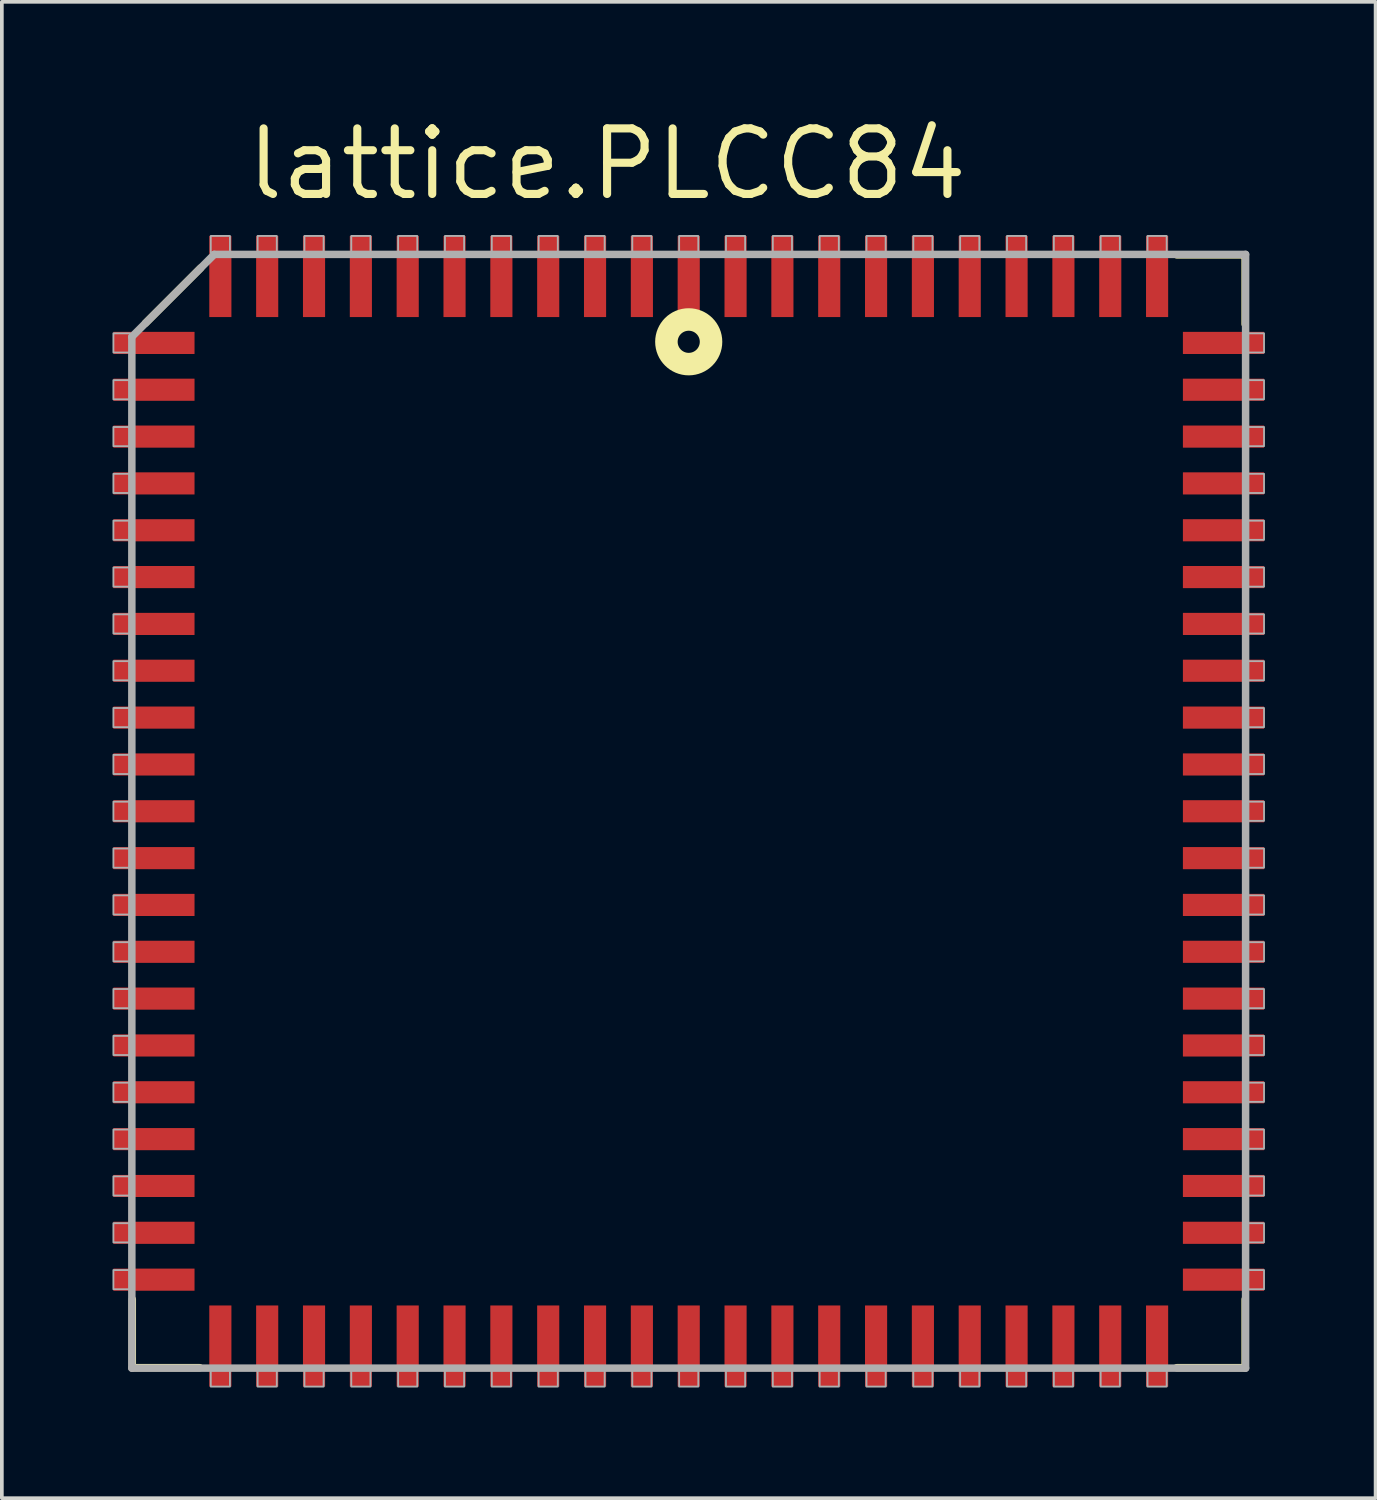
<source format=kicad_pcb>
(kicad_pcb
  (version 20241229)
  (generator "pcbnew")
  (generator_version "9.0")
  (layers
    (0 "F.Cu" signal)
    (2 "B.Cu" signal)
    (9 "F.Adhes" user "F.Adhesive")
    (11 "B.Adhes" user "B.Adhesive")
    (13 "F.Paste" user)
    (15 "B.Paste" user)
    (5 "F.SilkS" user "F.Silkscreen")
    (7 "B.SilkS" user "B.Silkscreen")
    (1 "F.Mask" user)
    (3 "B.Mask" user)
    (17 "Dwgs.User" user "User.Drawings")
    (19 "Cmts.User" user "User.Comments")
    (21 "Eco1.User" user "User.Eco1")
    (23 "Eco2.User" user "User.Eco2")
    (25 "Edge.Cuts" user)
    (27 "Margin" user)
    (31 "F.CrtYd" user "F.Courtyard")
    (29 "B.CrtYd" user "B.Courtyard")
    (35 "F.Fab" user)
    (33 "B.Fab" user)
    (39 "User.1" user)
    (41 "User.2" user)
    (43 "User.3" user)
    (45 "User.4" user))
  (footprint "lattice.PLCC84"
    (layer "F.Cu")
    (at 15.625 18.948)
    (property "Reference" "lattice.PLCC84" (at -12.095 -16.51 0) (layer "F.SilkS") (effects (font (size 1.778 1.778) (thickness 0.22)) (justify left bottom)))
    (attr smd)
    (fp_line (start -15.088 13.233) (end -15.088 15.088) (stroke (width 0.203) (type default)) (layer "F.SilkS"))
    (fp_line (start -15.088 15.088) (end -13.259 15.088) (stroke (width 0.203) (type default)) (layer "F.SilkS"))
    (fp_line (start -14.732 -13.233) (end -13.233 -14.732) (stroke (width 0.203) (type default)) (layer "F.SilkS"))
    (fp_line (start 15.088 -15.088) (end 13.233 -15.088) (stroke (width 0.203) (type default)) (layer "F.SilkS"))
    (fp_line (start 15.088 -13.208) (end 15.088 -15.088) (stroke (width 0.203) (type default)) (layer "F.SilkS"))
    (fp_line (start 15.088 13.233) (end 15.088 15.088) (stroke (width 0.203) (type default)) (layer "F.SilkS"))
    (fp_line (start 15.088 15.088) (end 13.233 15.088) (stroke (width 0.203) (type default)) (layer "F.SilkS"))
    (fp_circle (center 0 -12.73) (end 0.3 -12.73) (stroke (width 0.61) (type default)) (fill no) (layer "F.SilkS"))
    (fp_line (start -15.1 -12.865) (end -15.1 15.1) (stroke (width 0.203) (type default)) (layer "F.Fab"))
    (fp_line (start -15.1 15.1) (end 15.1 15.1) (stroke (width 0.203) (type default)) (layer "F.Fab"))
    (fp_line (start -12.865 -15.1) (end -15.1 -12.865) (stroke (width 0.203) (type default)) (layer "F.Fab"))
    (fp_line (start 15.1 -15.1) (end -12.865 -15.1) (stroke (width 0.203) (type default)) (layer "F.Fab"))
    (fp_line (start 15.1 15.1) (end 15.1 -15.1) (stroke (width 0.203) (type default)) (layer "F.Fab"))
    (fp_rect (start -15.6 -12.44) (end -15.15 -12.96) (stroke (width 0.05) (type default)) (fill no) (layer "F.Fab"))
    (fp_rect (start -15.6 -11.17) (end -15.15 -11.69) (stroke (width 0.05) (type default)) (fill no) (layer "F.Fab"))
    (fp_rect (start -15.6 -9.9) (end -15.15 -10.42) (stroke (width 0.05) (type default)) (fill no) (layer "F.Fab"))
    (fp_rect (start -15.6 -8.63) (end -15.15 -9.15) (stroke (width 0.05) (type default)) (fill no) (layer "F.Fab"))
    (fp_rect (start -15.6 -7.36) (end -15.15 -7.88) (stroke (width 0.05) (type default)) (fill no) (layer "F.Fab"))
    (fp_rect (start -15.6 -6.09) (end -15.15 -6.61) (stroke (width 0.05) (type default)) (fill no) (layer "F.Fab"))
    (fp_rect (start -15.6 -4.82) (end -15.15 -5.34) (stroke (width 0.05) (type default)) (fill no) (layer "F.Fab"))
    (fp_rect (start -15.6 -3.55) (end -15.15 -4.07) (stroke (width 0.05) (type default)) (fill no) (layer "F.Fab"))
    (fp_rect (start -15.6 -2.28) (end -15.15 -2.8) (stroke (width 0.05) (type default)) (fill no) (layer "F.Fab"))
    (fp_rect (start -15.6 -1.01) (end -15.15 -1.53) (stroke (width 0.05) (type default)) (fill no) (layer "F.Fab"))
    (fp_rect (start -15.6 0.26) (end -15.15 -0.26) (stroke (width 0.05) (type default)) (fill no) (layer "F.Fab"))
    (fp_rect (start -15.6 1.53) (end -15.15 1.01) (stroke (width 0.05) (type default)) (fill no) (layer "F.Fab"))
    (fp_rect (start -15.6 2.8) (end -15.15 2.28) (stroke (width 0.05) (type default)) (fill no) (layer "F.Fab"))
    (fp_rect (start -15.6 4.07) (end -15.15 3.55) (stroke (width 0.05) (type default)) (fill no) (layer "F.Fab"))
    (fp_rect (start -15.6 5.34) (end -15.15 4.82) (stroke (width 0.05) (type default)) (fill no) (layer "F.Fab"))
    (fp_rect (start -15.6 6.61) (end -15.15 6.09) (stroke (width 0.05) (type default)) (fill no) (layer "F.Fab"))
    (fp_rect (start -15.6 7.88) (end -15.15 7.36) (stroke (width 0.05) (type default)) (fill no) (layer "F.Fab"))
    (fp_rect (start -15.6 9.15) (end -15.15 8.63) (stroke (width 0.05) (type default)) (fill no) (layer "F.Fab"))
    (fp_rect (start -15.6 10.42) (end -15.15 9.9) (stroke (width 0.05) (type default)) (fill no) (layer "F.Fab"))
    (fp_rect (start -15.6 11.69) (end -15.15 11.17) (stroke (width 0.05) (type default)) (fill no) (layer "F.Fab"))
    (fp_rect (start -15.6 12.96) (end -15.15 12.44) (stroke (width 0.05) (type default)) (fill no) (layer "F.Fab"))
    (fp_rect (start -12.96 -15.15) (end -12.44 -15.6) (stroke (width 0.05) (type default)) (fill no) (layer "F.Fab"))
    (fp_rect (start -12.96 15.6) (end -12.44 15.15) (stroke (width 0.05) (type default)) (fill no) (layer "F.Fab"))
    (fp_rect (start -11.69 -15.15) (end -11.17 -15.6) (stroke (width 0.05) (type default)) (fill no) (layer "F.Fab"))
    (fp_rect (start -11.69 15.6) (end -11.17 15.15) (stroke (width 0.05) (type default)) (fill no) (layer "F.Fab"))
    (fp_rect (start -10.42 -15.15) (end -9.9 -15.6) (stroke (width 0.05) (type default)) (fill no) (layer "F.Fab"))
    (fp_rect (start -10.42 15.6) (end -9.9 15.15) (stroke (width 0.05) (type default)) (fill no) (layer "F.Fab"))
    (fp_rect (start -9.15 -15.15) (end -8.63 -15.6) (stroke (width 0.05) (type default)) (fill no) (layer "F.Fab"))
    (fp_rect (start -9.15 15.6) (end -8.63 15.15) (stroke (width 0.05) (type default)) (fill no) (layer "F.Fab"))
    (fp_rect (start -7.88 -15.15) (end -7.36 -15.6) (stroke (width 0.05) (type default)) (fill no) (layer "F.Fab"))
    (fp_rect (start -7.88 15.6) (end -7.36 15.15) (stroke (width 0.05) (type default)) (fill no) (layer "F.Fab"))
    (fp_rect (start -6.61 -15.15) (end -6.09 -15.6) (stroke (width 0.05) (type default)) (fill no) (layer "F.Fab"))
    (fp_rect (start -6.61 15.6) (end -6.09 15.15) (stroke (width 0.05) (type default)) (fill no) (layer "F.Fab"))
    (fp_rect (start -5.34 -15.15) (end -4.82 -15.6) (stroke (width 0.05) (type default)) (fill no) (layer "F.Fab"))
    (fp_rect (start -5.34 15.6) (end -4.82 15.15) (stroke (width 0.05) (type default)) (fill no) (layer "F.Fab"))
    (fp_rect (start -4.07 -15.15) (end -3.55 -15.6) (stroke (width 0.05) (type default)) (fill no) (layer "F.Fab"))
    (fp_rect (start -4.07 15.6) (end -3.55 15.15) (stroke (width 0.05) (type default)) (fill no) (layer "F.Fab"))
    (fp_rect (start -2.8 -15.15) (end -2.28 -15.6) (stroke (width 0.05) (type default)) (fill no) (layer "F.Fab"))
    (fp_rect (start -2.8 15.6) (end -2.28 15.15) (stroke (width 0.05) (type default)) (fill no) (layer "F.Fab"))
    (fp_rect (start -1.53 -15.15) (end -1.01 -15.6) (stroke (width 0.05) (type default)) (fill no) (layer "F.Fab"))
    (fp_rect (start -1.53 15.6) (end -1.01 15.15) (stroke (width 0.05) (type default)) (fill no) (layer "F.Fab"))
    (fp_rect (start -0.26 -15.15) (end 0.26 -15.6) (stroke (width 0.05) (type default)) (fill no) (layer "F.Fab"))
    (fp_rect (start -0.26 15.6) (end 0.26 15.15) (stroke (width 0.05) (type default)) (fill no) (layer "F.Fab"))
    (fp_rect (start 1.01 -15.15) (end 1.53 -15.6) (stroke (width 0.05) (type default)) (fill no) (layer "F.Fab"))
    (fp_rect (start 1.01 15.6) (end 1.53 15.15) (stroke (width 0.05) (type default)) (fill no) (layer "F.Fab"))
    (fp_rect (start 2.28 -15.15) (end 2.8 -15.6) (stroke (width 0.05) (type default)) (fill no) (layer "F.Fab"))
    (fp_rect (start 2.28 15.6) (end 2.8 15.15) (stroke (width 0.05) (type default)) (fill no) (layer "F.Fab"))
    (fp_rect (start 3.55 -15.15) (end 4.07 -15.6) (stroke (width 0.05) (type default)) (fill no) (layer "F.Fab"))
    (fp_rect (start 3.55 15.6) (end 4.07 15.15) (stroke (width 0.05) (type default)) (fill no) (layer "F.Fab"))
    (fp_rect (start 4.82 -15.15) (end 5.34 -15.6) (stroke (width 0.05) (type default)) (fill no) (layer "F.Fab"))
    (fp_rect (start 4.82 15.6) (end 5.34 15.15) (stroke (width 0.05) (type default)) (fill no) (layer "F.Fab"))
    (fp_rect (start 6.09 -15.15) (end 6.61 -15.6) (stroke (width 0.05) (type default)) (fill no) (layer "F.Fab"))
    (fp_rect (start 6.09 15.6) (end 6.61 15.15) (stroke (width 0.05) (type default)) (fill no) (layer "F.Fab"))
    (fp_rect (start 7.36 -15.15) (end 7.88 -15.6) (stroke (width 0.05) (type default)) (fill no) (layer "F.Fab"))
    (fp_rect (start 7.36 15.6) (end 7.88 15.15) (stroke (width 0.05) (type default)) (fill no) (layer "F.Fab"))
    (fp_rect (start 8.63 -15.15) (end 9.15 -15.6) (stroke (width 0.05) (type default)) (fill no) (layer "F.Fab"))
    (fp_rect (start 8.63 15.6) (end 9.15 15.15) (stroke (width 0.05) (type default)) (fill no) (layer "F.Fab"))
    (fp_rect (start 9.9 -15.15) (end 10.42 -15.6) (stroke (width 0.05) (type default)) (fill no) (layer "F.Fab"))
    (fp_rect (start 9.9 15.6) (end 10.42 15.15) (stroke (width 0.05) (type default)) (fill no) (layer "F.Fab"))
    (fp_rect (start 11.17 -15.15) (end 11.69 -15.6) (stroke (width 0.05) (type default)) (fill no) (layer "F.Fab"))
    (fp_rect (start 11.17 15.6) (end 11.69 15.15) (stroke (width 0.05) (type default)) (fill no) (layer "F.Fab"))
    (fp_rect (start 12.44 -15.15) (end 12.96 -15.6) (stroke (width 0.05) (type default)) (fill no) (layer "F.Fab"))
    (fp_rect (start 12.44 15.6) (end 12.96 15.15) (stroke (width 0.05) (type default)) (fill no) (layer "F.Fab"))
    (fp_rect (start 15.15 -12.44) (end 15.6 -12.96) (stroke (width 0.05) (type default)) (fill no) (layer "F.Fab"))
    (fp_rect (start 15.15 -11.17) (end 15.6 -11.69) (stroke (width 0.05) (type default)) (fill no) (layer "F.Fab"))
    (fp_rect (start 15.15 -9.9) (end 15.6 -10.42) (stroke (width 0.05) (type default)) (fill no) (layer "F.Fab"))
    (fp_rect (start 15.15 -8.63) (end 15.6 -9.15) (stroke (width 0.05) (type default)) (fill no) (layer "F.Fab"))
    (fp_rect (start 15.15 -7.36) (end 15.6 -7.88) (stroke (width 0.05) (type default)) (fill no) (layer "F.Fab"))
    (fp_rect (start 15.15 -6.09) (end 15.6 -6.61) (stroke (width 0.05) (type default)) (fill no) (layer "F.Fab"))
    (fp_rect (start 15.15 -4.82) (end 15.6 -5.34) (stroke (width 0.05) (type default)) (fill no) (layer "F.Fab"))
    (fp_rect (start 15.15 -3.55) (end 15.6 -4.07) (stroke (width 0.05) (type default)) (fill no) (layer "F.Fab"))
    (fp_rect (start 15.15 -2.28) (end 15.6 -2.8) (stroke (width 0.05) (type default)) (fill no) (layer "F.Fab"))
    (fp_rect (start 15.15 -1.01) (end 15.6 -1.53) (stroke (width 0.05) (type default)) (fill no) (layer "F.Fab"))
    (fp_rect (start 15.15 0.26) (end 15.6 -0.26) (stroke (width 0.05) (type default)) (fill no) (layer "F.Fab"))
    (fp_rect (start 15.15 1.53) (end 15.6 1.01) (stroke (width 0.05) (type default)) (fill no) (layer "F.Fab"))
    (fp_rect (start 15.15 2.8) (end 15.6 2.28) (stroke (width 0.05) (type default)) (fill no) (layer "F.Fab"))
    (fp_rect (start 15.15 4.07) (end 15.6 3.55) (stroke (width 0.05) (type default)) (fill no) (layer "F.Fab"))
    (fp_rect (start 15.15 5.34) (end 15.6 4.82) (stroke (width 0.05) (type default)) (fill no) (layer "F.Fab"))
    (fp_rect (start 15.15 6.61) (end 15.6 6.09) (stroke (width 0.05) (type default)) (fill no) (layer "F.Fab"))
    (fp_rect (start 15.15 7.88) (end 15.6 7.36) (stroke (width 0.05) (type default)) (fill no) (layer "F.Fab"))
    (fp_rect (start 15.15 9.15) (end 15.6 8.63) (stroke (width 0.05) (type default)) (fill no) (layer "F.Fab"))
    (fp_rect (start 15.15 10.42) (end 15.6 9.9) (stroke (width 0.05) (type default)) (fill no) (layer "F.Fab"))
    (fp_rect (start 15.15 11.69) (end 15.6 11.17) (stroke (width 0.05) (type default)) (fill no) (layer "F.Fab"))
    (fp_rect (start 15.15 12.96) (end 15.6 12.44) (stroke (width 0.05) (type default)) (fill no) (layer "F.Fab"))
    (pad "1" smd roundrect (at 0 -14.5) (size 0.6 2.2) (layers "F.Cu" "F.Mask" "F.Paste") (roundrect_rratio 0.01))
    (pad "2" smd roundrect (at -1.27 -14.5) (size 0.6 2.2) (layers "F.Cu" "F.Mask" "F.Paste") (roundrect_rratio 0.01))
    (pad "3" smd roundrect (at -2.54 -14.5) (size 0.6 2.2) (layers "F.Cu" "F.Mask" "F.Paste") (roundrect_rratio 0.01))
    (pad "4" smd roundrect (at -3.81 -14.5) (size 0.6 2.2) (layers "F.Cu" "F.Mask" "F.Paste") (roundrect_rratio 0.01))
    (pad "5" smd roundrect (at -5.08 -14.5) (size 0.6 2.2) (layers "F.Cu" "F.Mask" "F.Paste") (roundrect_rratio 0.01))
    (pad "6" smd roundrect (at -6.35 -14.5) (size 0.6 2.2) (layers "F.Cu" "F.Mask" "F.Paste") (roundrect_rratio 0.01))
    (pad "7" smd roundrect (at -7.62 -14.5) (size 0.6 2.2) (layers "F.Cu" "F.Mask" "F.Paste") (roundrect_rratio 0.01))
    (pad "8" smd roundrect (at -8.89 -14.5) (size 0.6 2.2) (layers "F.Cu" "F.Mask" "F.Paste") (roundrect_rratio 0.01))
    (pad "9" smd roundrect (at -10.16 -14.5) (size 0.6 2.2) (layers "F.Cu" "F.Mask" "F.Paste") (roundrect_rratio 0.01))
    (pad "10" smd roundrect (at -11.43 -14.5) (size 0.6 2.2) (layers "F.Cu" "F.Mask" "F.Paste") (roundrect_rratio 0.01))
    (pad "11" smd roundrect (at -12.7 -14.5) (size 0.6 2.2) (layers "F.Cu" "F.Mask" "F.Paste") (roundrect_rratio 0.01))
    (pad "12" smd roundrect (at -14.5 -12.7) (size 2.2 0.6) (layers "F.Cu" "F.Mask" "F.Paste") (roundrect_rratio 0.01))
    (pad "13" smd roundrect (at -14.5 -11.43) (size 2.2 0.6) (layers "F.Cu" "F.Mask" "F.Paste") (roundrect_rratio 0.01))
    (pad "14" smd roundrect (at -14.5 -10.16) (size 2.2 0.6) (layers "F.Cu" "F.Mask" "F.Paste") (roundrect_rratio 0.01))
    (pad "15" smd roundrect (at -14.5 -8.89) (size 2.2 0.6) (layers "F.Cu" "F.Mask" "F.Paste") (roundrect_rratio 0.01))
    (pad "16" smd roundrect (at -14.5 -7.62) (size 2.2 0.6) (layers "F.Cu" "F.Mask" "F.Paste") (roundrect_rratio 0.01))
    (pad "17" smd roundrect (at -14.5 -6.35) (size 2.2 0.6) (layers "F.Cu" "F.Mask" "F.Paste") (roundrect_rratio 0.01))
    (pad "18" smd roundrect (at -14.5 -5.08) (size 2.2 0.6) (layers "F.Cu" "F.Mask" "F.Paste") (roundrect_rratio 0.01))
    (pad "19" smd roundrect (at -14.5 -3.81) (size 2.2 0.6) (layers "F.Cu" "F.Mask" "F.Paste") (roundrect_rratio 0.01))
    (pad "20" smd roundrect (at -14.5 -2.54) (size 2.2 0.6) (layers "F.Cu" "F.Mask" "F.Paste") (roundrect_rratio 0.01))
    (pad "21" smd roundrect (at -14.5 -1.27) (size 2.2 0.6) (layers "F.Cu" "F.Mask" "F.Paste") (roundrect_rratio 0.01))
    (pad "22" smd roundrect (at -14.5 0) (size 2.2 0.6) (layers "F.Cu" "F.Mask" "F.Paste") (roundrect_rratio 0.01))
    (pad "23" smd roundrect (at -14.5 1.27) (size 2.2 0.6) (layers "F.Cu" "F.Mask" "F.Paste") (roundrect_rratio 0.01))
    (pad "24" smd roundrect (at -14.5 2.54) (size 2.2 0.6) (layers "F.Cu" "F.Mask" "F.Paste") (roundrect_rratio 0.01))
    (pad "25" smd roundrect (at -14.5 3.81) (size 2.2 0.6) (layers "F.Cu" "F.Mask" "F.Paste") (roundrect_rratio 0.01))
    (pad "26" smd roundrect (at -14.5 5.08) (size 2.2 0.6) (layers "F.Cu" "F.Mask" "F.Paste") (roundrect_rratio 0.01))
    (pad "27" smd roundrect (at -14.5 6.35) (size 2.2 0.6) (layers "F.Cu" "F.Mask" "F.Paste") (roundrect_rratio 0.01))
    (pad "28" smd roundrect (at -14.5 7.62) (size 2.2 0.6) (layers "F.Cu" "F.Mask" "F.Paste") (roundrect_rratio 0.01))
    (pad "29" smd roundrect (at -14.5 8.89) (size 2.2 0.6) (layers "F.Cu" "F.Mask" "F.Paste") (roundrect_rratio 0.01))
    (pad "30" smd roundrect (at -14.5 10.16) (size 2.2 0.6) (layers "F.Cu" "F.Mask" "F.Paste") (roundrect_rratio 0.01))
    (pad "31" smd roundrect (at -14.5 11.43) (size 2.2 0.6) (layers "F.Cu" "F.Mask" "F.Paste") (roundrect_rratio 0.01))
    (pad "32" smd roundrect (at -14.5 12.7) (size 2.2 0.6) (layers "F.Cu" "F.Mask" "F.Paste") (roundrect_rratio 0.01))
    (pad "33" smd roundrect (at -12.7 14.5) (size 0.6 2.2) (layers "F.Cu" "F.Mask" "F.Paste") (roundrect_rratio 0.01))
    (pad "34" smd roundrect (at -11.43 14.5) (size 0.6 2.2) (layers "F.Cu" "F.Mask" "F.Paste") (roundrect_rratio 0.01))
    (pad "35" smd roundrect (at -10.16 14.5) (size 0.6 2.2) (layers "F.Cu" "F.Mask" "F.Paste") (roundrect_rratio 0.01))
    (pad "36" smd roundrect (at -8.89 14.5) (size 0.6 2.2) (layers "F.Cu" "F.Mask" "F.Paste") (roundrect_rratio 0.01))
    (pad "37" smd roundrect (at -7.62 14.5) (size 0.6 2.2) (layers "F.Cu" "F.Mask" "F.Paste") (roundrect_rratio 0.01))
    (pad "38" smd roundrect (at -6.35 14.5) (size 0.6 2.2) (layers "F.Cu" "F.Mask" "F.Paste") (roundrect_rratio 0.01))
    (pad "39" smd roundrect (at -5.08 14.5) (size 0.6 2.2) (layers "F.Cu" "F.Mask" "F.Paste") (roundrect_rratio 0.01))
    (pad "40" smd roundrect (at -3.81 14.5) (size 0.6 2.2) (layers "F.Cu" "F.Mask" "F.Paste") (roundrect_rratio 0.01))
    (pad "41" smd roundrect (at -2.54 14.5) (size 0.6 2.2) (layers "F.Cu" "F.Mask" "F.Paste") (roundrect_rratio 0.01))
    (pad "42" smd roundrect (at -1.27 14.5) (size 0.6 2.2) (layers "F.Cu" "F.Mask" "F.Paste") (roundrect_rratio 0.01))
    (pad "43" smd roundrect (at 0 14.5) (size 0.6 2.2) (layers "F.Cu" "F.Mask" "F.Paste") (roundrect_rratio 0.01))
    (pad "44" smd roundrect (at 1.27 14.5) (size 0.6 2.2) (layers "F.Cu" "F.Mask" "F.Paste") (roundrect_rratio 0.01))
    (pad "45" smd roundrect (at 2.54 14.5) (size 0.6 2.2) (layers "F.Cu" "F.Mask" "F.Paste") (roundrect_rratio 0.01))
    (pad "46" smd roundrect (at 3.81 14.5) (size 0.6 2.2) (layers "F.Cu" "F.Mask" "F.Paste") (roundrect_rratio 0.01))
    (pad "47" smd roundrect (at 5.08 14.5) (size 0.6 2.2) (layers "F.Cu" "F.Mask" "F.Paste") (roundrect_rratio 0.01))
    (pad "48" smd roundrect (at 6.35 14.5) (size 0.6 2.2) (layers "F.Cu" "F.Mask" "F.Paste") (roundrect_rratio 0.01))
    (pad "49" smd roundrect (at 7.62 14.5) (size 0.6 2.2) (layers "F.Cu" "F.Mask" "F.Paste") (roundrect_rratio 0.01))
    (pad "50" smd roundrect (at 8.89 14.5) (size 0.6 2.2) (layers "F.Cu" "F.Mask" "F.Paste") (roundrect_rratio 0.01))
    (pad "51" smd roundrect (at 10.16 14.5) (size 0.6 2.2) (layers "F.Cu" "F.Mask" "F.Paste") (roundrect_rratio 0.01))
    (pad "52" smd roundrect (at 11.43 14.5) (size 0.6 2.2) (layers "F.Cu" "F.Mask" "F.Paste") (roundrect_rratio 0.01))
    (pad "53" smd roundrect (at 12.7 14.5) (size 0.6 2.2) (layers "F.Cu" "F.Mask" "F.Paste") (roundrect_rratio 0.01))
    (pad "54" smd roundrect (at 14.5 12.7) (size 2.2 0.6) (layers "F.Cu" "F.Mask" "F.Paste") (roundrect_rratio 0.01))
    (pad "55" smd roundrect (at 14.5 11.43) (size 2.2 0.6) (layers "F.Cu" "F.Mask" "F.Paste") (roundrect_rratio 0.01))
    (pad "56" smd roundrect (at 14.5 10.16) (size 2.2 0.6) (layers "F.Cu" "F.Mask" "F.Paste") (roundrect_rratio 0.01))
    (pad "57" smd roundrect (at 14.5 8.89) (size 2.2 0.6) (layers "F.Cu" "F.Mask" "F.Paste") (roundrect_rratio 0.01))
    (pad "58" smd roundrect (at 14.5 7.62) (size 2.2 0.6) (layers "F.Cu" "F.Mask" "F.Paste") (roundrect_rratio 0.01))
    (pad "59" smd roundrect (at 14.5 6.35) (size 2.2 0.6) (layers "F.Cu" "F.Mask" "F.Paste") (roundrect_rratio 0.01))
    (pad "60" smd roundrect (at 14.5 5.08) (size 2.2 0.6) (layers "F.Cu" "F.Mask" "F.Paste") (roundrect_rratio 0.01))
    (pad "61" smd roundrect (at 14.5 3.81) (size 2.2 0.6) (layers "F.Cu" "F.Mask" "F.Paste") (roundrect_rratio 0.01))
    (pad "62" smd roundrect (at 14.5 2.54) (size 2.2 0.6) (layers "F.Cu" "F.Mask" "F.Paste") (roundrect_rratio 0.01))
    (pad "63" smd roundrect (at 14.5 1.27) (size 2.2 0.6) (layers "F.Cu" "F.Mask" "F.Paste") (roundrect_rratio 0.01))
    (pad "64" smd roundrect (at 14.5 0) (size 2.2 0.6) (layers "F.Cu" "F.Mask" "F.Paste") (roundrect_rratio 0.01))
    (pad "65" smd roundrect (at 14.5 -1.27) (size 2.2 0.6) (layers "F.Cu" "F.Mask" "F.Paste") (roundrect_rratio 0.01))
    (pad "66" smd roundrect (at 14.5 -2.54) (size 2.2 0.6) (layers "F.Cu" "F.Mask" "F.Paste") (roundrect_rratio 0.01))
    (pad "67" smd roundrect (at 14.5 -3.81) (size 2.2 0.6) (layers "F.Cu" "F.Mask" "F.Paste") (roundrect_rratio 0.01))
    (pad "68" smd roundrect (at 14.5 -5.08) (size 2.2 0.6) (layers "F.Cu" "F.Mask" "F.Paste") (roundrect_rratio 0.01))
    (pad "69" smd roundrect (at 14.5 -6.35) (size 2.2 0.6) (layers "F.Cu" "F.Mask" "F.Paste") (roundrect_rratio 0.01))
    (pad "70" smd roundrect (at 14.5 -7.62) (size 2.2 0.6) (layers "F.Cu" "F.Mask" "F.Paste") (roundrect_rratio 0.01))
    (pad "71" smd roundrect (at 14.5 -8.89) (size 2.2 0.6) (layers "F.Cu" "F.Mask" "F.Paste") (roundrect_rratio 0.01))
    (pad "72" smd roundrect (at 14.5 -10.16) (size 2.2 0.6) (layers "F.Cu" "F.Mask" "F.Paste") (roundrect_rratio 0.01))
    (pad "73" smd roundrect (at 14.5 -11.43) (size 2.2 0.6) (layers "F.Cu" "F.Mask" "F.Paste") (roundrect_rratio 0.01))
    (pad "74" smd roundrect (at 14.5 -12.7) (size 2.2 0.6) (layers "F.Cu" "F.Mask" "F.Paste") (roundrect_rratio 0.01))
    (pad "75" smd roundrect (at 12.7 -14.5) (size 0.6 2.2) (layers "F.Cu" "F.Mask" "F.Paste") (roundrect_rratio 0.01))
    (pad "76" smd roundrect (at 11.43 -14.5) (size 0.6 2.2) (layers "F.Cu" "F.Mask" "F.Paste") (roundrect_rratio 0.01))
    (pad "77" smd roundrect (at 10.16 -14.5) (size 0.6 2.2) (layers "F.Cu" "F.Mask" "F.Paste") (roundrect_rratio 0.01))
    (pad "78" smd roundrect (at 8.89 -14.5) (size 0.6 2.2) (layers "F.Cu" "F.Mask" "F.Paste") (roundrect_rratio 0.01))
    (pad "79" smd roundrect (at 7.62 -14.5) (size 0.6 2.2) (layers "F.Cu" "F.Mask" "F.Paste") (roundrect_rratio 0.01))
    (pad "80" smd roundrect (at 6.35 -14.5) (size 0.6 2.2) (layers "F.Cu" "F.Mask" "F.Paste") (roundrect_rratio 0.01))
    (pad "81" smd roundrect (at 5.08 -14.5) (size 0.6 2.2) (layers "F.Cu" "F.Mask" "F.Paste") (roundrect_rratio 0.01))
    (pad "82" smd roundrect (at 3.81 -14.5) (size 0.6 2.2) (layers "F.Cu" "F.Mask" "F.Paste") (roundrect_rratio 0.01))
    (pad "83" smd roundrect (at 2.54 -14.5) (size 0.6 2.2) (layers "F.Cu" "F.Mask" "F.Paste") (roundrect_rratio 0.01))
    (pad "84" smd roundrect (at 1.27 -14.5) (size 0.6 2.2) (layers "F.Cu" "F.Mask" "F.Paste") (roundrect_rratio 0.01)))
  (gr_rect
    (start -3 -3)
    (end 34.25 37.573)
    (stroke (width 0.1) (type default))
    (fill no)
    (layer "Edge.Cuts")))
</source>
